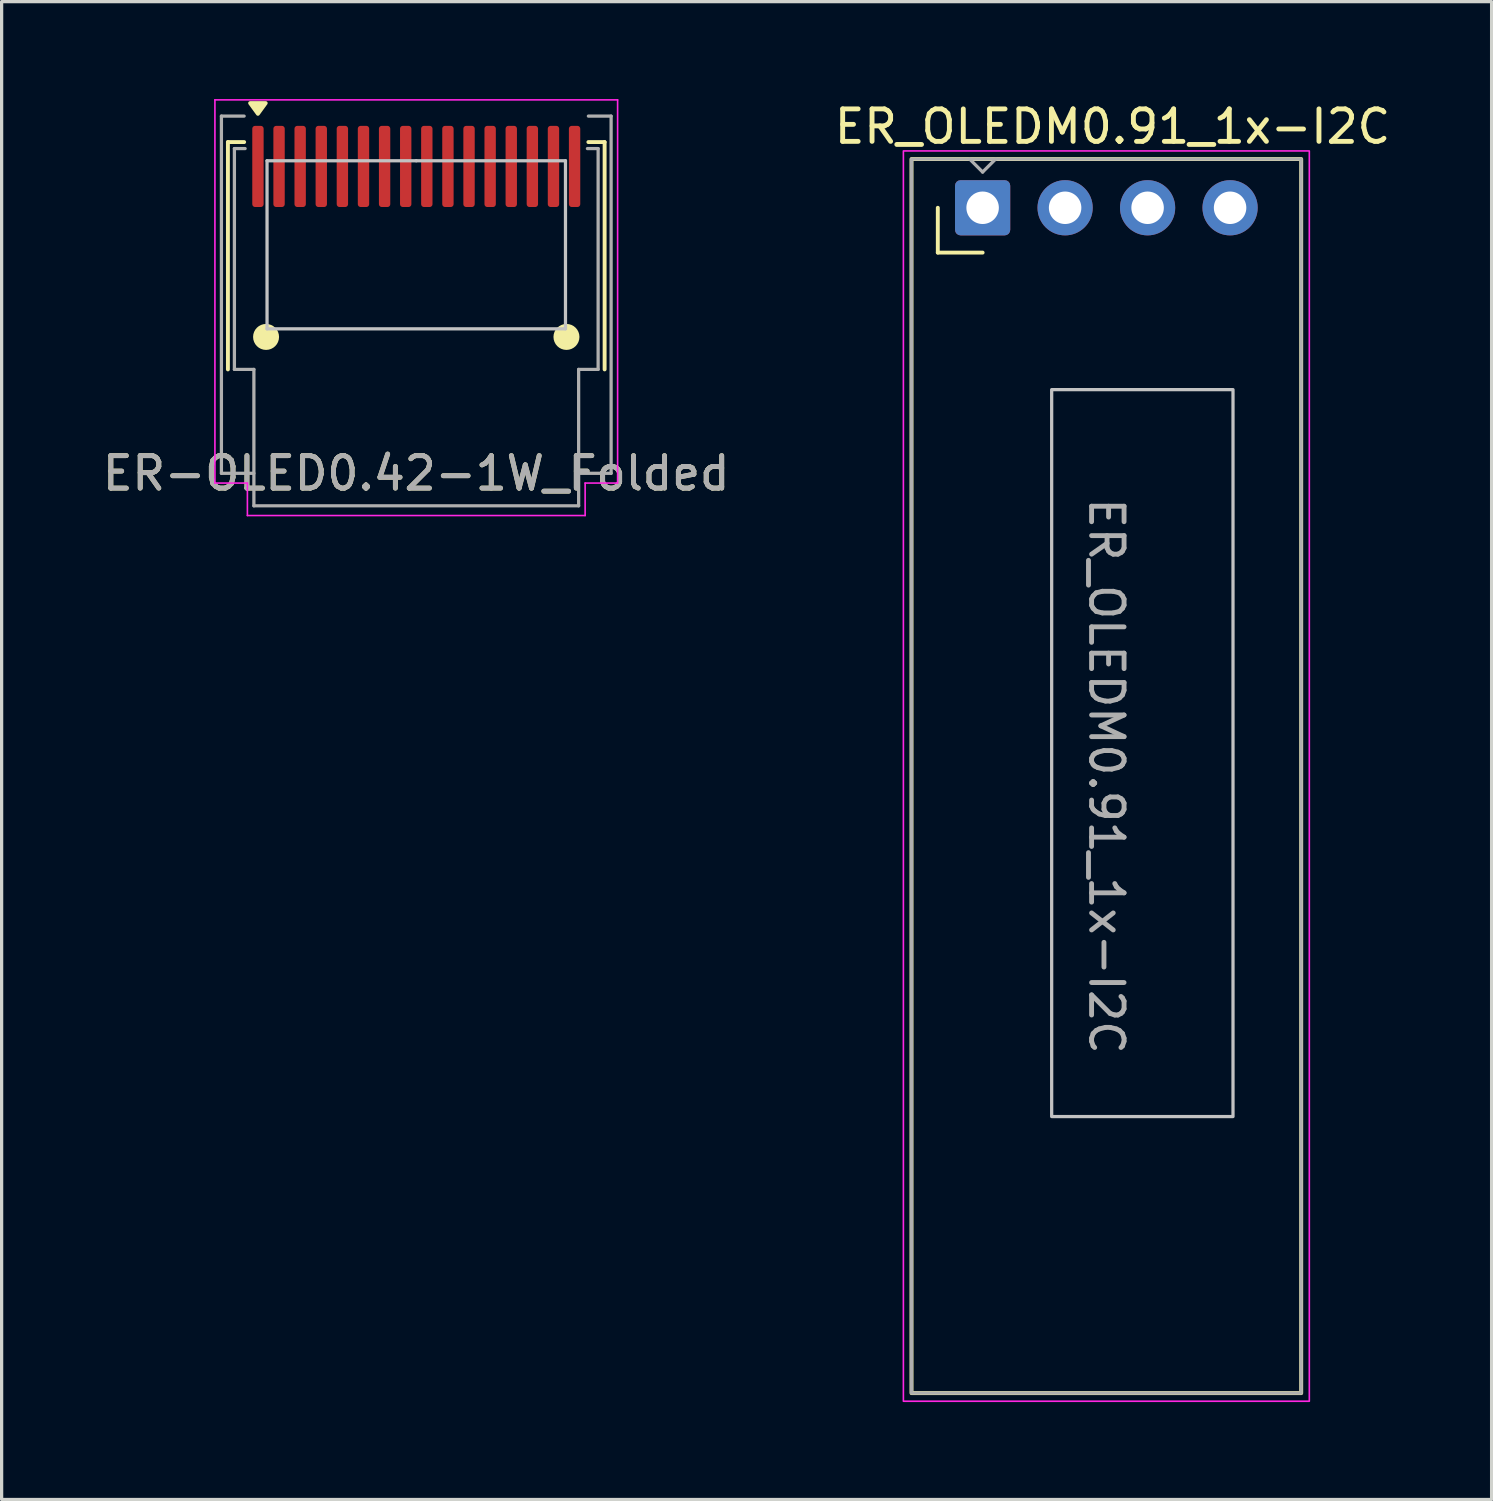
<source format=kicad_pcb>
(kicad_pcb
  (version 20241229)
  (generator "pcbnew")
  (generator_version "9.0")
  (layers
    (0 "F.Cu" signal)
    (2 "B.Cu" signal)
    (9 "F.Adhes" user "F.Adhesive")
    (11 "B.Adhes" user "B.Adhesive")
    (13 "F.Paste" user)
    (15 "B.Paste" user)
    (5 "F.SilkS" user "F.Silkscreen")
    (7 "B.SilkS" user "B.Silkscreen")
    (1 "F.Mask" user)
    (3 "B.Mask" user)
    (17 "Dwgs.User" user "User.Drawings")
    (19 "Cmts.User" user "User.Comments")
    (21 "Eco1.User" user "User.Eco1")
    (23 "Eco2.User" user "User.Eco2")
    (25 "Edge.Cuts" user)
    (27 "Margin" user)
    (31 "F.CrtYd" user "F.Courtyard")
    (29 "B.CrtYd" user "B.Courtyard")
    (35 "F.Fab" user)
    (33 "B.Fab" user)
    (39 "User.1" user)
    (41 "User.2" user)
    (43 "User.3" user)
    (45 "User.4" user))
  (footprint "ER_OLEDM0.91_1x-I2C"
    (layer "F.Cu")
    (at 27.208 3.348)
    (property "Reference" "ER_OLEDM0.91_1x-I2C" (at 4 -2.5 0) (unlocked yes) (layer "F.SilkS") (effects (font (size 1 1) (thickness 0.15))))
    (attr through_hole)
    (fp_line (start -1.38 0) (end -1.38 1.38) (stroke (width 0.12) (type solid)) (layer "F.SilkS"))
    (fp_line (start 0 1.38) (end -1.38 1.38) (stroke (width 0.12) (type solid)) (layer "F.SilkS"))
    (fp_rect (start -2.19 -1.5) (end 9.81 36.5) (stroke (width 0.12) (type solid)) (fill no) (layer "F.SilkS"))
    (fp_rect (start 2.126 5.6) (end 7.71 27.984) (stroke (width 0.1) (type solid)) (fill no) (layer "Dwgs.User"))
    (fp_rect (start -2.44 -1.75) (end 10.06 36.75) (stroke (width 0.05) (type solid)) (fill no) (layer "F.CrtYd"))
    (fp_line (start 0 -1.1) (end -0.4 -1.5) (stroke (width 0.1) (type default)) (layer "F.Fab"))
    (fp_line (start 0 -1.1) (end 0.4 -1.5) (stroke (width 0.1) (type default)) (layer "F.Fab"))
    (fp_rect (start -2.19 -1.5) (end 9.81 36.5) (stroke (width 0.1) (type default)) (fill no) (layer "F.Fab"))
    (fp_text user "${REFERENCE}" (at 3.81 17.5 270) (unlocked yes) (layer "F.Fab") (effects (font (size 1 1) (thickness 0.15))))
    (pad "1" thru_hole roundrect (at 0 0) (size 1.7 1.7) (drill 1) (layers "*.Cu" "*.Mask") (roundrect_rratio 0.1))
    (pad "2" thru_hole circle (at 2.54 0) (size 1.7 1.7) (drill 1) (layers "*.Cu" "*.Mask"))
    (pad "3" thru_hole circle (at 5.08 0) (size 1.7 1.7) (drill 1) (layers "*.Cu" "*.Mask"))
    (pad "4" thru_hole circle (at 7.62 0) (size 1.7 1.7) (drill 1) (layers "*.Cu" "*.Mask")))
  (footprint "ER-OLED0.42-1W_Folded"
    (layer "F.Cu")
    (at 9.768 2.075)
    (property "Reference" "ER-OLED0.42-1W_Folded" (at 0 9.45 0) (unlocked yes) (layer "F.SilkS") (effects (font (size 1 1) (thickness 0.15))))
    (attr smd)
    (fp_line (start -5.8 -0.75) (end -5.8 6.25) (stroke (width 0.12) (type default)) (layer "F.SilkS"))
    (fp_line (start -5.3 -0.75) (end -5.8 -0.75) (stroke (width 0.12) (type default)) (layer "F.SilkS"))
    (fp_line (start 5.3 -0.75) (end 5.8 -0.75) (stroke (width 0.12) (type default)) (layer "F.SilkS"))
    (fp_line (start 5.8 -0.75) (end 5.8 6.25) (stroke (width 0.12) (type default)) (layer "F.SilkS"))
    (fp_circle (center -4.625 5.25) (end -4.225 5.25) (stroke (width 0) (type solid)) (fill yes) (layer "F.SilkS"))
    (fp_circle (center 4.625 5.25) (end 5.025 5.25) (stroke (width 0) (type solid)) (fill yes) (layer "F.SilkS"))
    (fp_poly (pts (xy -4.876 -1.62) (xy -5.116 -1.95) (xy -4.636 -1.95) (xy -4.876 -1.62)) (stroke (width 0.12) (type solid)) (fill yes) (layer "F.SilkS"))
    (fp_line (start -4.595 -0.175) (end -4.595 5) (stroke (width 0.1) (type solid)) (layer "Dwgs.User"))
    (fp_line (start -4.595 5) (end 4.595 5) (stroke (width 0.1) (type solid)) (layer "Dwgs.User"))
    (fp_line (start 0 -0.175) (end -4.595 -0.175) (stroke (width 0.1) (type solid)) (layer "Dwgs.User"))
    (fp_line (start 4.595 -0.175) (end 0 -0.175) (stroke (width 0.1) (type solid)) (layer "Dwgs.User"))
    (fp_line (start 4.595 5) (end 4.595 -0.175) (stroke (width 0.1) (type solid)) (layer "Dwgs.User"))
    (fp_line (start -6.2 -2.05) (end 6.2 -2.05) (stroke (width 0.05) (type solid)) (layer "F.CrtYd"))
    (fp_line (start -6.2 9.75) (end -6.2 -2.05) (stroke (width 0.05) (type solid)) (layer "F.CrtYd"))
    (fp_line (start -5.2 9.75) (end -6.2 9.75) (stroke (width 0.05) (type solid)) (layer "F.CrtYd"))
    (fp_line (start -5.2 10.75) (end -5.2 9.75) (stroke (width 0.05) (type solid)) (layer "F.CrtYd"))
    (fp_line (start 5.2 9.75) (end 5.2 10.75) (stroke (width 0.05) (type solid)) (layer "F.CrtYd"))
    (fp_line (start 5.2 10.75) (end -5.2 10.75) (stroke (width 0.05) (type solid)) (layer "F.CrtYd"))
    (fp_line (start 6.2 -2.05) (end 6.2 9.75) (stroke (width 0.05) (type solid)) (layer "F.CrtYd"))
    (fp_line (start 6.2 9.75) (end 5.2 9.75) (stroke (width 0.05) (type solid)) (layer "F.CrtYd"))
    (fp_line (start -6 -1.55) (end -6 9.45) (stroke (width 0.1) (type solid)) (layer "F.Fab"))
    (fp_line (start -6 -1.55) (end -5.3 -1.55) (stroke (width 0.1) (type solid)) (layer "F.Fab"))
    (fp_line (start -5.6 -0.55) (end -5.6 6.25) (stroke (width 0.1) (type solid)) (layer "F.Fab"))
    (fp_line (start -5.6 6.25) (end -5 6.25) (stroke (width 0.1) (type solid)) (layer "F.Fab"))
    (fp_line (start -5.27 -0.55) (end -5.6 -0.55) (stroke (width 0.1) (type solid)) (layer "F.Fab"))
    (fp_line (start -5 6.25) (end -5 10.45) (stroke (width 0.1) (type solid)) (layer "F.Fab"))
    (fp_line (start -5 9.45) (end -6 9.45) (stroke (width 0.1) (type solid)) (layer "F.Fab"))
    (fp_line (start -5 10.45) (end 5 10.45) (stroke (width 0.1) (type solid)) (layer "F.Fab"))
    (fp_line (start 5 10.45) (end 5 6.25) (stroke (width 0.1) (type solid)) (layer "F.Fab"))
    (fp_line (start 5.27 -0.55) (end 5.6 -0.55) (stroke (width 0.1) (type solid)) (layer "F.Fab"))
    (fp_line (start 5.6 -0.55) (end 5.6 6.25) (stroke (width 0.1) (type solid)) (layer "F.Fab"))
    (fp_line (start 5.6 6.25) (end 5 6.25) (stroke (width 0.1) (type solid)) (layer "F.Fab"))
    (fp_line (start 6 -1.55) (end 5.3 -1.55) (stroke (width 0.1) (type solid)) (layer "F.Fab"))
    (fp_line (start 6 -1.55) (end 6 9.45) (stroke (width 0.1) (type solid)) (layer "F.Fab"))
    (fp_line (start 6 9.45) (end 5 9.45) (stroke (width 0.1) (type solid)) (layer "F.Fab"))
    (fp_text user "${REFERENCE}" (at 0 9.45 0) (unlocked yes) (layer "F.Fab") (effects (font (size 1 1) (thickness 0.15))))
    (pad "1" smd roundrect (at -4.875 0 90) (size 2.5 0.35) (layers "F.Cu" "F.Mask" "F.Paste") (roundrect_rratio 0.25))
    (pad "2" smd roundrect (at -4.225 0 90) (size 2.5 0.35) (layers "F.Cu" "F.Mask" "F.Paste") (roundrect_rratio 0.25))
    (pad "3" smd roundrect (at -3.575 0 90) (size 2.5 0.35) (layers "F.Cu" "F.Mask" "F.Paste") (roundrect_rratio 0.25))
    (pad "4" smd roundrect (at -2.925 0 90) (size 2.5 0.35) (layers "F.Cu" "F.Mask" "F.Paste") (roundrect_rratio 0.25))
    (pad "5" smd roundrect (at -2.275 0 90) (size 2.5 0.35) (layers "F.Cu" "F.Mask" "F.Paste") (roundrect_rratio 0.25))
    (pad "6" smd roundrect (at -1.625 0 90) (size 2.5 0.35) (layers "F.Cu" "F.Mask" "F.Paste") (roundrect_rratio 0.25))
    (pad "7" smd roundrect (at -0.975 0 90) (size 2.5 0.35) (layers "F.Cu" "F.Mask" "F.Paste") (roundrect_rratio 0.25))
    (pad "8" smd roundrect (at -0.325 0 90) (size 2.5 0.35) (layers "F.Cu" "F.Mask" "F.Paste") (roundrect_rratio 0.25))
    (pad "9" smd roundrect (at 0.325 0 90) (size 2.5 0.35) (layers "F.Cu" "F.Mask" "F.Paste") (roundrect_rratio 0.25))
    (pad "10" smd roundrect (at 0.975 0 90) (size 2.5 0.35) (layers "F.Cu" "F.Mask" "F.Paste") (roundrect_rratio 0.25))
    (pad "11" smd roundrect (at 1.625 0 90) (size 2.5 0.35) (layers "F.Cu" "F.Mask" "F.Paste") (roundrect_rratio 0.25))
    (pad "12" smd roundrect (at 2.275 0 90) (size 2.5 0.35) (layers "F.Cu" "F.Mask" "F.Paste") (roundrect_rratio 0.25))
    (pad "13" smd roundrect (at 2.925 0 90) (size 2.5 0.35) (layers "F.Cu" "F.Mask" "F.Paste") (roundrect_rratio 0.25))
    (pad "14" smd roundrect (at 3.575 0 90) (size 2.5 0.35) (layers "F.Cu" "F.Mask" "F.Paste") (roundrect_rratio 0.25))
    (pad "15" smd roundrect (at 4.225 0 90) (size 2.5 0.35) (layers "F.Cu" "F.Mask" "F.Paste") (roundrect_rratio 0.25))
    (pad "16" smd roundrect (at 4.875 0 90) (size 2.5 0.35) (layers "F.Cu" "F.Mask" "F.Paste") (roundrect_rratio 0.25)))
  (gr_rect
    (start -3 -3)
    (end 42.881 43.123)
    (stroke (width 0.1) (type default))
    (fill no)
    (layer "Edge.Cuts")))
</source>
